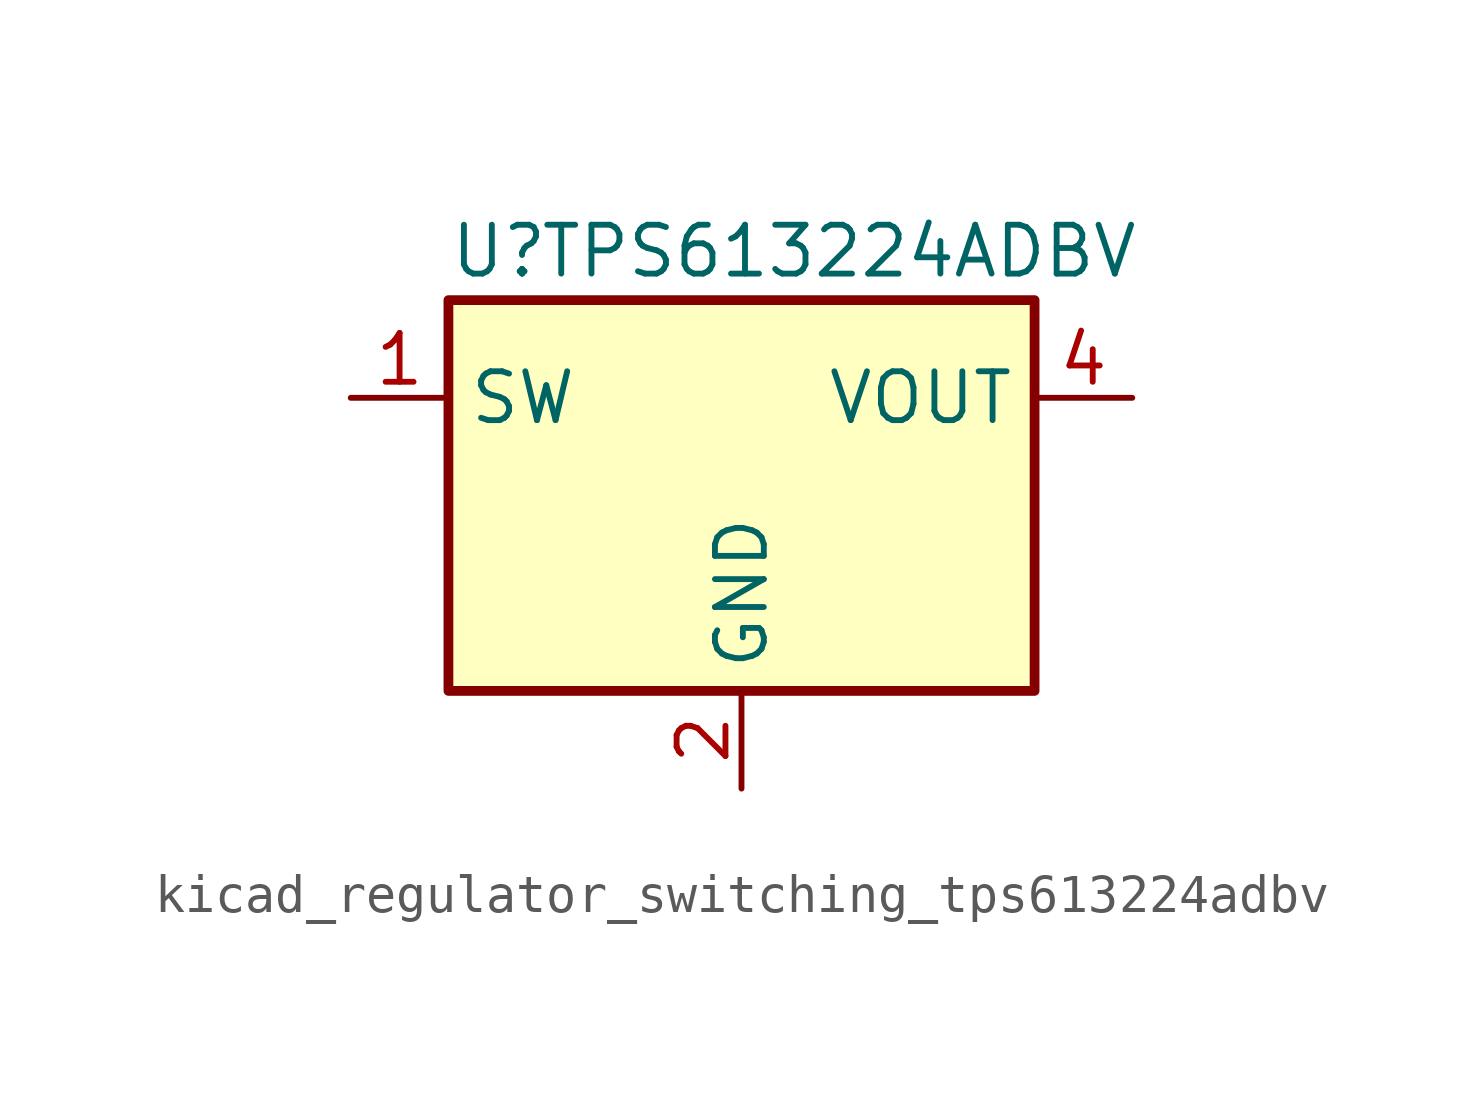
<source format=kicad_sym>
(kicad_symbol_lib
  (version 20220914)
  (generator kicad_symbol_editor)
  (symbol "kicad_regulator_switching_tps613224adbv"
    (property "Reference" "U"
      (at -7.62 6.35 0)
      (effects (font (size 1.27 1.27)) (justify left)))
    (property "Value" "TPS613224ADBV"
      (at 2.54 6.35 0)
      (effects (font (size 1.27 1.27))))
    (symbol "kicad_regulator_switching_tps613224adbv_0_1"
      (rectangle (start -7.62 5.08) (end 7.62 -5.08) (stroke (width 0.254) (type default)) (fill (type background))))
    (symbol "kicad_regulator_switching_tps613224adbv_1_1"
      (pin power_in line (at -10.16 2.54 0) (length 2.54) (name "SW" (effects (font (size 1.27 1.27)))) (number "1" (effects (font (size 1.27 1.27)))))
      (pin power_in line (at 0 -7.62 90) (length 2.54) (name "GND" (effects (font (size 1.27 1.27)))) (number "2" (effects (font (size 1.27 1.27)))))
      (pin no_connect line (at -7.62 -2.54 0) (length 2.54) hide (name "NC" (effects (font (size 1.27 1.27)))) (number "3" (effects (font (size 1.27 1.27)))))
      (pin power_out line (at 10.16 2.54 180) (length 2.54) (name "VOUT" (effects (font (size 1.27 1.27)))) (number "4" (effects (font (size 1.27 1.27)))))
      (pin no_connect line (at 7.62 -2.54 180) (length 2.54) hide (name "NC" (effects (font (size 1.27 1.27)))) (number "5" (effects (font (size 1.27 1.27))))))))
</source>
